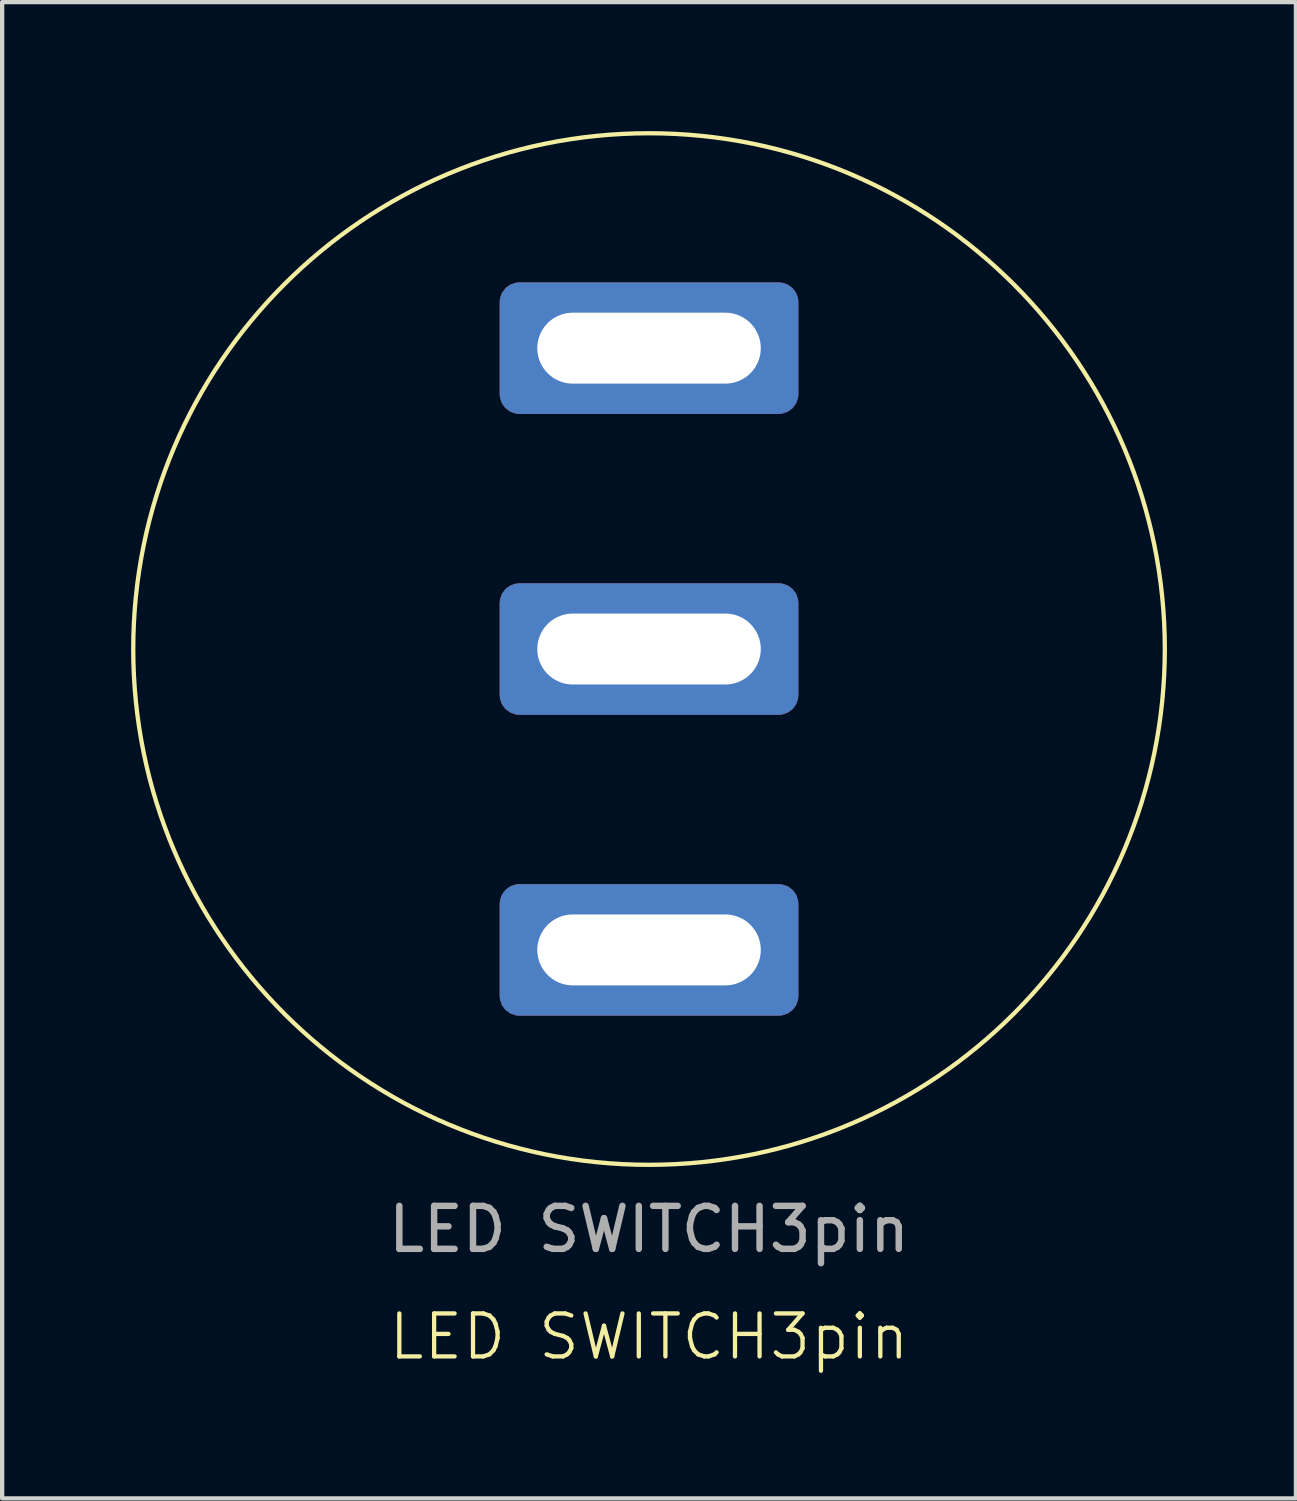
<source format=kicad_pcb>
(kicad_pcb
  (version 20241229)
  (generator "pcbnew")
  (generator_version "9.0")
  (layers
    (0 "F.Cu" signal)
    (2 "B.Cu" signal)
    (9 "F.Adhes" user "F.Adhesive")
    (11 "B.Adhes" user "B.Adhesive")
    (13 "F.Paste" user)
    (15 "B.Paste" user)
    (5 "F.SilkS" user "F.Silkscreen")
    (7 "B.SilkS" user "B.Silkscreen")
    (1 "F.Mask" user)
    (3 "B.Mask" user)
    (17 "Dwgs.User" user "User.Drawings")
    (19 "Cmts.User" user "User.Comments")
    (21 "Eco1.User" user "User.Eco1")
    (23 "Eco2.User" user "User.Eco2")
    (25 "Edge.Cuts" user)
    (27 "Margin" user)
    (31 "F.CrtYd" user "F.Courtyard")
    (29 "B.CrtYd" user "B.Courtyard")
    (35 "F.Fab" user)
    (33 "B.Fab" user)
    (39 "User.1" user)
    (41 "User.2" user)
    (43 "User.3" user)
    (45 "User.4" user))
  (footprint "LED SWITCH3pin"
    (layer "F.Cu")
    (at 12.05 12.05)
    (property "Reference" "LED SWITCH3pin" (at 0 16 0) (unlocked yes) (layer "F.SilkS") (effects (font (size 1 1) (thickness 0.1))))
    (attr smd)
    (fp_circle (center 0 0) (end 12 0) (stroke (width 0.1) (type solid)) (fill no) (layer "F.SilkS"))
    (fp_text user "${REFERENCE}" (at 0 13.5 0) (unlocked yes) (layer "F.Fab") (effects (font (size 1 1) (thickness 0.15))))
    (pad "1" thru_hole roundrect (at 0 -7) (size 6.95 3.06) (drill oval 5.2 1.65) (layers "*.Cu" "*.Mask") (roundrect_rratio 0.15))
    (pad "2" thru_hole roundrect (at 0 0) (size 6.95 3.06) (drill oval 5.2 1.65) (layers "*.Cu" "*.Mask") (roundrect_rratio 0.15))
    (pad "3" thru_hole roundrect (at 0 7) (size 6.95 3.06) (drill oval 5.2 1.65) (layers "*.Cu" "*.Mask") (roundrect_rratio 0.15)))
  (gr_rect
    (start -3 -3)
    (end 27.1 31.811)
    (stroke (width 0.1) (type default))
    (fill no)
    (layer "Edge.Cuts")))
</source>
